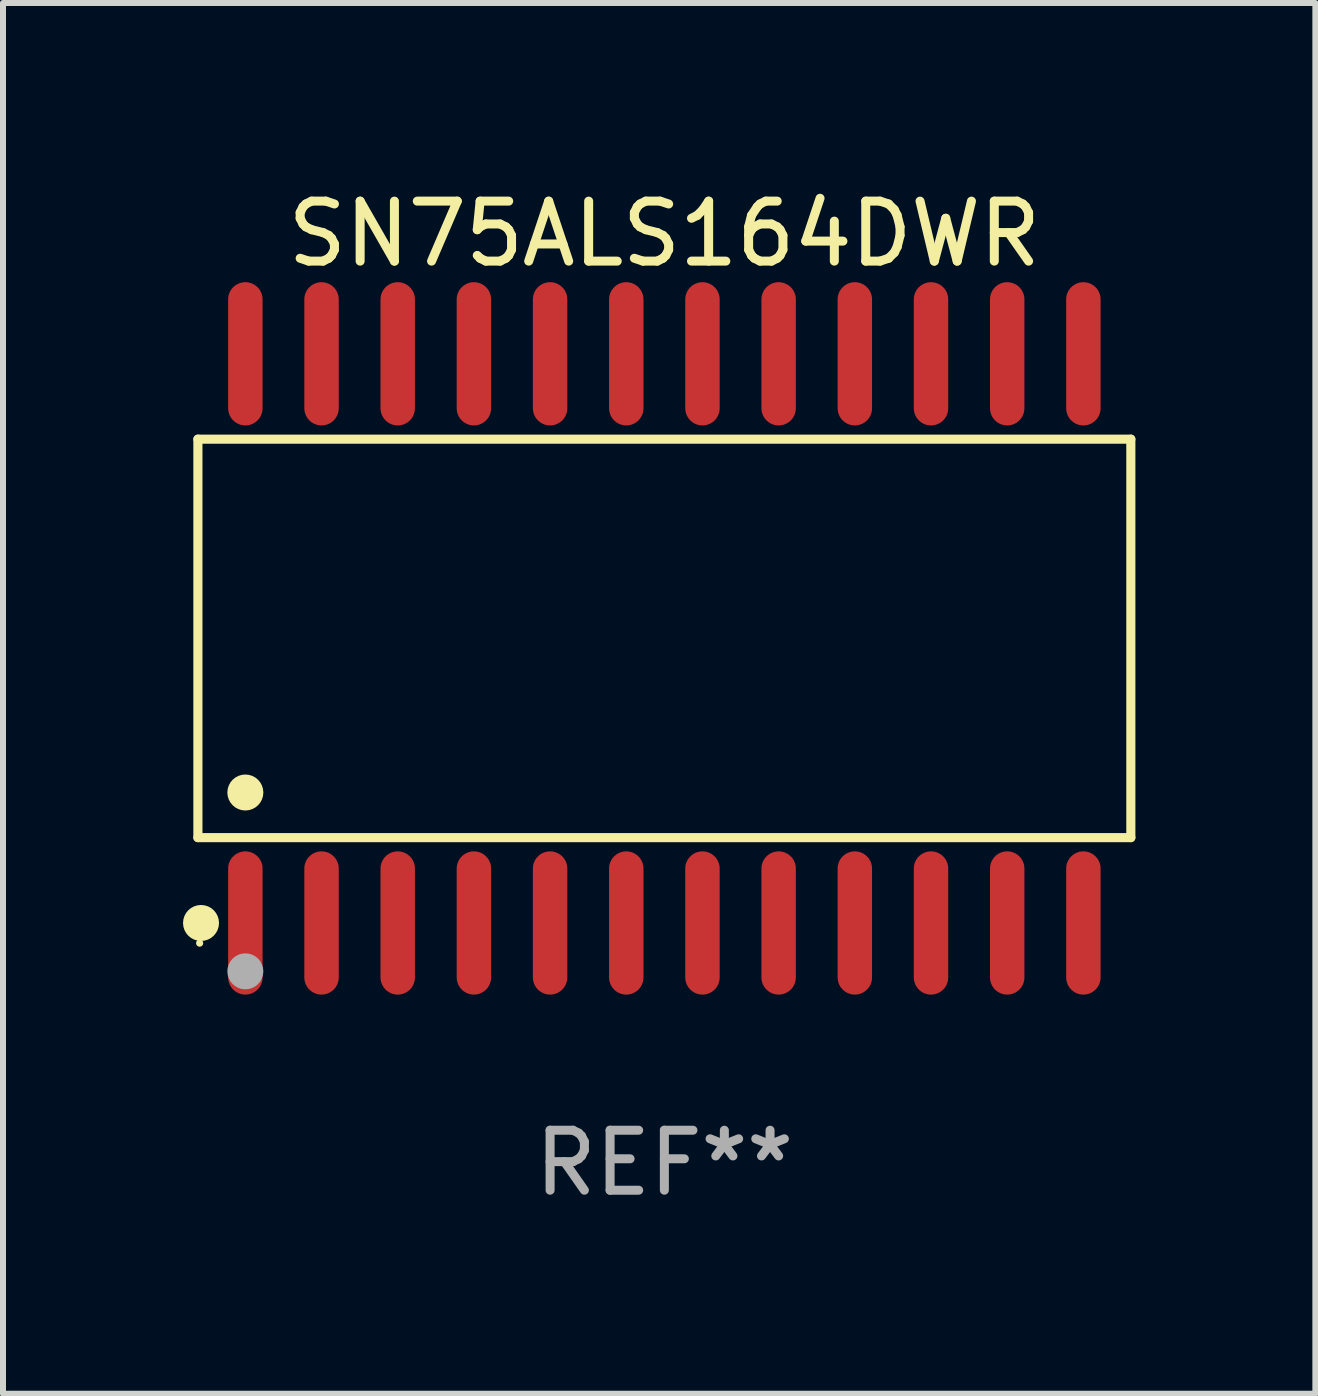
<source format=kicad_pcb>
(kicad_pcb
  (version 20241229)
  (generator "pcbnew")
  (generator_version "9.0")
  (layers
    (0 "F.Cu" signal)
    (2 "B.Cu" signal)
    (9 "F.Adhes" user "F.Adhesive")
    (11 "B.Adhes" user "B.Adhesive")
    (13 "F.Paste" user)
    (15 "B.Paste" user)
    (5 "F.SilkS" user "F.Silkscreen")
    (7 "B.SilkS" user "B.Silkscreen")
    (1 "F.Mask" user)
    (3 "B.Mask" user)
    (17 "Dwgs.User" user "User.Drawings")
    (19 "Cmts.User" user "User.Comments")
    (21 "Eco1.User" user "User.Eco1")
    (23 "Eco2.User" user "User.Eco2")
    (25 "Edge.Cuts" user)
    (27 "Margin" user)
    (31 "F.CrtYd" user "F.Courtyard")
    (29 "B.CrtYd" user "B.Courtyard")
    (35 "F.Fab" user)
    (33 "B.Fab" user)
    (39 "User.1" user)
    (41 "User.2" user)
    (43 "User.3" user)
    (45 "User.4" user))
  (footprint "SN75ALS164DWR"
    (layer "F.Cu")
    (at 8.025 7.592)
    (property "Reference" "SN75ALS164DWR" (at 0 -6.744 0) (layer "F.SilkS") (effects (font (size 1 1) (thickness 0.15))))
    (attr through_hole)
    (fp_line (start -7.776 -3.321) (end 7.776 -3.321) (stroke (width 0.152) (type solid)) (layer "F.SilkS"))
    (fp_line (start -7.776 3.321) (end -7.776 -3.321) (stroke (width 0.152) (type solid)) (layer "F.SilkS"))
    (fp_line (start 7.776 -3.321) (end 7.776 3.321) (stroke (width 0.152) (type solid)) (layer "F.SilkS"))
    (fp_line (start 7.776 3.321) (end -7.776 3.321) (stroke (width 0.152) (type solid)) (layer "F.SilkS"))
    (fp_circle (center -7.747 5.08) (end -7.717 5.08) (stroke (width 0.06) (type solid)) (fill no) (layer "F.SilkS"))
    (fp_circle (center -7.724 4.744) (end -7.574 4.744) (stroke (width 0.3) (type solid)) (fill no) (layer "F.SilkS"))
    (fp_circle (center -6.985 2.569) (end -6.835 2.569) (stroke (width 0.3) (type solid)) (fill no) (layer "F.SilkS"))
    (fp_circle (center -6.985 5.55) (end -6.835 5.55) (stroke (width 0.3) (type solid)) (fill no) (layer "F.Fab"))
    (fp_text user "REF**" (at 0 8.744 0) (layer "F.Fab") (effects (font (size 1 1) (thickness 0.15))))
    (pad "1" smd oval (at -6.985 4.744) (size 0.574 2.388) (layers "F.Cu" "F.Mask" "F.Paste"))
    (pad "2" smd oval (at -5.715 4.744) (size 0.574 2.388) (layers "F.Cu" "F.Mask" "F.Paste"))
    (pad "3" smd oval (at -4.445 4.744) (size 0.574 2.388) (layers "F.Cu" "F.Mask" "F.Paste"))
    (pad "4" smd oval (at -3.175 4.744) (size 0.574 2.388) (layers "F.Cu" "F.Mask" "F.Paste"))
    (pad "5" smd oval (at -1.905 4.744) (size 0.574 2.388) (layers "F.Cu" "F.Mask" "F.Paste"))
    (pad "6" smd oval (at -0.635 4.744) (size 0.574 2.388) (layers "F.Cu" "F.Mask" "F.Paste"))
    (pad "7" smd oval (at 0.635 4.744) (size 0.574 2.388) (layers "F.Cu" "F.Mask" "F.Paste"))
    (pad "8" smd oval (at 1.905 4.744) (size 0.574 2.388) (layers "F.Cu" "F.Mask" "F.Paste"))
    (pad "9" smd oval (at 3.175 4.744) (size 0.574 2.388) (layers "F.Cu" "F.Mask" "F.Paste"))
    (pad "10" smd oval (at 4.445 4.744) (size 0.574 2.388) (layers "F.Cu" "F.Mask" "F.Paste"))
    (pad "11" smd oval (at 5.715 4.744) (size 0.574 2.388) (layers "F.Cu" "F.Mask" "F.Paste"))
    (pad "12" smd oval (at 6.985 4.744) (size 0.574 2.388) (layers "F.Cu" "F.Mask" "F.Paste"))
    (pad "13" smd oval (at 6.985 -4.744) (size 0.574 2.388) (layers "F.Cu" "F.Mask" "F.Paste"))
    (pad "14" smd oval (at 5.715 -4.744) (size 0.574 2.388) (layers "F.Cu" "F.Mask" "F.Paste"))
    (pad "15" smd oval (at 4.445 -4.744) (size 0.574 2.388) (layers "F.Cu" "F.Mask" "F.Paste"))
    (pad "16" smd oval (at 3.175 -4.744) (size 0.574 2.388) (layers "F.Cu" "F.Mask" "F.Paste"))
    (pad "17" smd oval (at 1.905 -4.744) (size 0.574 2.388) (layers "F.Cu" "F.Mask" "F.Paste"))
    (pad "18" smd oval (at 0.635 -4.744) (size 0.574 2.388) (layers "F.Cu" "F.Mask" "F.Paste"))
    (pad "19" smd oval (at -0.635 -4.744) (size 0.574 2.388) (layers "F.Cu" "F.Mask" "F.Paste"))
    (pad "20" smd oval (at -1.905 -4.744) (size 0.574 2.388) (layers "F.Cu" "F.Mask" "F.Paste"))
    (pad "21" smd oval (at -3.175 -4.744) (size 0.574 2.388) (layers "F.Cu" "F.Mask" "F.Paste"))
    (pad "22" smd oval (at -4.445 -4.744) (size 0.574 2.388) (layers "F.Cu" "F.Mask" "F.Paste"))
    (pad "23" smd oval (at -5.715 -4.744) (size 0.574 2.388) (layers "F.Cu" "F.Mask" "F.Paste"))
    (pad "24" smd oval (at -6.985 -4.744) (size 0.574 2.388) (layers "F.Cu" "F.Mask" "F.Paste")))
  (gr_rect
    (start -3 -3)
    (end 18.877 20.184)
    (stroke (width 0.1) (type default))
    (fill no)
    (layer "Edge.Cuts")))
</source>
